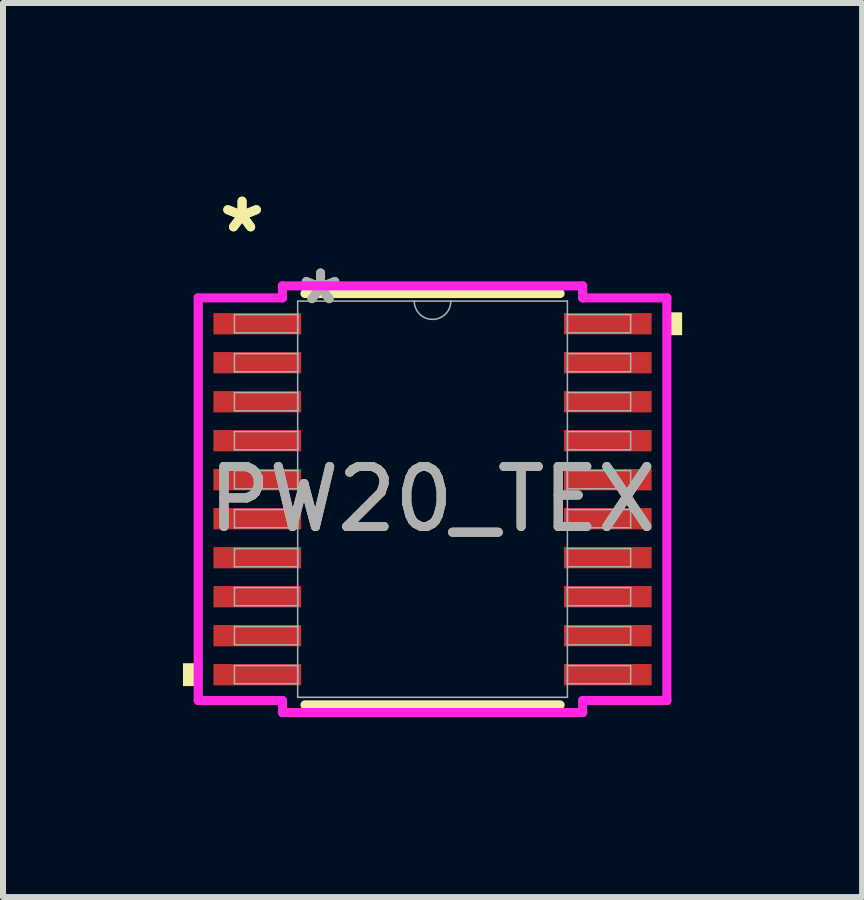
<source format=kicad_pcb>
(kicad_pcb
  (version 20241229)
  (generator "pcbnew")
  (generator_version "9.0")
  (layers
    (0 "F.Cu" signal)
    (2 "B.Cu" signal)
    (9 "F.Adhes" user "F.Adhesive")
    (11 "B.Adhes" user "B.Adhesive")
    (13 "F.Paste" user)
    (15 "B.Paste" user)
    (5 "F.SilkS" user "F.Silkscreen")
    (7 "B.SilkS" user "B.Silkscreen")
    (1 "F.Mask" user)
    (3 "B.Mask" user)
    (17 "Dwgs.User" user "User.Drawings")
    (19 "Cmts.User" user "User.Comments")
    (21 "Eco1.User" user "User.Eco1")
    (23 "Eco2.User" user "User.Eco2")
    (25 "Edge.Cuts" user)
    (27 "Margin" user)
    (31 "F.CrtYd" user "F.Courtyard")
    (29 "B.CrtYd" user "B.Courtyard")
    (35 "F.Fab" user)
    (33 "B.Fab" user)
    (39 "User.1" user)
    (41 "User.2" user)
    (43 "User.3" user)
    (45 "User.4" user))
  (footprint "PW20_TEX"
    (layer "F.Cu")
    (at 4.16 5.271)
    (property "Reference" "PW20_TEX" (at 0 0 0) (unlocked yes) (layer "F.SilkS") (effects (font (size 1 1) (thickness 0.15))))
    (attr smd)
    (fp_line (start -2.126 3.429) (end 2.126 3.429) (stroke (width 0.152) (type solid)) (layer "F.SilkS"))
    (fp_line (start 2.126 -3.429) (end -2.126 -3.429) (stroke (width 0.152) (type solid)) (layer "F.SilkS"))
    (fp_poly (pts (xy -4.16 2.734) (xy -4.16 3.115) (xy -3.906 3.115) (xy -3.906 2.734)) (stroke (width 0) (type solid)) (fill yes) (layer "F.SilkS"))
    (fp_poly (pts (xy 4.16 -3.115) (xy 4.16 -2.734) (xy 3.906 -2.734) (xy 3.906 -3.115)) (stroke (width 0) (type solid)) (fill yes) (layer "F.SilkS"))
    (fp_line (start -3.906 -3.356) (end -2.502 -3.356) (stroke (width 0.152) (type solid)) (layer "F.CrtYd"))
    (fp_line (start -3.906 3.356) (end -3.906 -3.356) (stroke (width 0.152) (type solid)) (layer "F.CrtYd"))
    (fp_line (start -3.906 3.356) (end -2.502 3.356) (stroke (width 0.152) (type solid)) (layer "F.CrtYd"))
    (fp_line (start -2.502 -3.556) (end 2.502 -3.556) (stroke (width 0.152) (type solid)) (layer "F.CrtYd"))
    (fp_line (start -2.502 -3.356) (end -2.502 -3.556) (stroke (width 0.152) (type solid)) (layer "F.CrtYd"))
    (fp_line (start -2.502 3.556) (end -2.502 3.356) (stroke (width 0.152) (type solid)) (layer "F.CrtYd"))
    (fp_line (start 2.502 -3.556) (end 2.502 -3.356) (stroke (width 0.152) (type solid)) (layer "F.CrtYd"))
    (fp_line (start 2.502 3.356) (end 2.502 3.556) (stroke (width 0.152) (type solid)) (layer "F.CrtYd"))
    (fp_line (start 2.502 3.556) (end -2.502 3.556) (stroke (width 0.152) (type solid)) (layer "F.CrtYd"))
    (fp_line (start 3.906 -3.356) (end 2.502 -3.356) (stroke (width 0.152) (type solid)) (layer "F.CrtYd"))
    (fp_line (start 3.906 -3.356) (end 3.906 3.356) (stroke (width 0.152) (type solid)) (layer "F.CrtYd"))
    (fp_line (start 3.906 3.356) (end 2.502 3.356) (stroke (width 0.152) (type solid)) (layer "F.CrtYd"))
    (fp_line (start -3.302 -3.077) (end -3.302 -2.773) (stroke (width 0.025) (type solid)) (layer "F.Fab"))
    (fp_line (start -3.302 -2.773) (end -2.248 -2.773) (stroke (width 0.025) (type solid)) (layer "F.Fab"))
    (fp_line (start -3.302 -2.427) (end -3.302 -2.123) (stroke (width 0.025) (type solid)) (layer "F.Fab"))
    (fp_line (start -3.302 -2.123) (end -2.248 -2.123) (stroke (width 0.025) (type solid)) (layer "F.Fab"))
    (fp_line (start -3.302 -1.777) (end -3.302 -1.473) (stroke (width 0.025) (type solid)) (layer "F.Fab"))
    (fp_line (start -3.302 -1.473) (end -2.248 -1.473) (stroke (width 0.025) (type solid)) (layer "F.Fab"))
    (fp_line (start -3.302 -1.127) (end -3.302 -0.823) (stroke (width 0.025) (type solid)) (layer "F.Fab"))
    (fp_line (start -3.302 -0.823) (end -2.248 -0.823) (stroke (width 0.025) (type solid)) (layer "F.Fab"))
    (fp_line (start -3.302 -0.477) (end -3.302 -0.173) (stroke (width 0.025) (type solid)) (layer "F.Fab"))
    (fp_line (start -3.302 -0.173) (end -2.248 -0.173) (stroke (width 0.025) (type solid)) (layer "F.Fab"))
    (fp_line (start -3.302 0.173) (end -3.302 0.477) (stroke (width 0.025) (type solid)) (layer "F.Fab"))
    (fp_line (start -3.302 0.477) (end -2.248 0.477) (stroke (width 0.025) (type solid)) (layer "F.Fab"))
    (fp_line (start -3.302 0.823) (end -3.302 1.127) (stroke (width 0.025) (type solid)) (layer "F.Fab"))
    (fp_line (start -3.302 1.127) (end -2.248 1.127) (stroke (width 0.025) (type solid)) (layer "F.Fab"))
    (fp_line (start -3.302 1.473) (end -3.302 1.777) (stroke (width 0.025) (type solid)) (layer "F.Fab"))
    (fp_line (start -3.302 1.777) (end -2.248 1.777) (stroke (width 0.025) (type solid)) (layer "F.Fab"))
    (fp_line (start -3.302 2.123) (end -3.302 2.427) (stroke (width 0.025) (type solid)) (layer "F.Fab"))
    (fp_line (start -3.302 2.427) (end -2.248 2.427) (stroke (width 0.025) (type solid)) (layer "F.Fab"))
    (fp_line (start -3.302 2.773) (end -3.302 3.077) (stroke (width 0.025) (type solid)) (layer "F.Fab"))
    (fp_line (start -3.302 3.077) (end -2.248 3.077) (stroke (width 0.025) (type solid)) (layer "F.Fab"))
    (fp_line (start -2.248 -3.302) (end -2.248 3.302) (stroke (width 0.025) (type solid)) (layer "F.Fab"))
    (fp_line (start -2.248 -3.077) (end -3.302 -3.077) (stroke (width 0.025) (type solid)) (layer "F.Fab"))
    (fp_line (start -2.248 -2.773) (end -2.248 -3.077) (stroke (width 0.025) (type solid)) (layer "F.Fab"))
    (fp_line (start -2.248 -2.427) (end -3.302 -2.427) (stroke (width 0.025) (type solid)) (layer "F.Fab"))
    (fp_line (start -2.248 -2.123) (end -2.248 -2.427) (stroke (width 0.025) (type solid)) (layer "F.Fab"))
    (fp_line (start -2.248 -1.777) (end -3.302 -1.777) (stroke (width 0.025) (type solid)) (layer "F.Fab"))
    (fp_line (start -2.248 -1.473) (end -2.248 -1.777) (stroke (width 0.025) (type solid)) (layer "F.Fab"))
    (fp_line (start -2.248 -1.127) (end -3.302 -1.127) (stroke (width 0.025) (type solid)) (layer "F.Fab"))
    (fp_line (start -2.248 -0.823) (end -2.248 -1.127) (stroke (width 0.025) (type solid)) (layer "F.Fab"))
    (fp_line (start -2.248 -0.477) (end -3.302 -0.477) (stroke (width 0.025) (type solid)) (layer "F.Fab"))
    (fp_line (start -2.248 -0.173) (end -2.248 -0.477) (stroke (width 0.025) (type solid)) (layer "F.Fab"))
    (fp_line (start -2.248 0.173) (end -3.302 0.173) (stroke (width 0.025) (type solid)) (layer "F.Fab"))
    (fp_line (start -2.248 0.477) (end -2.248 0.173) (stroke (width 0.025) (type solid)) (layer "F.Fab"))
    (fp_line (start -2.248 0.823) (end -3.302 0.823) (stroke (width 0.025) (type solid)) (layer "F.Fab"))
    (fp_line (start -2.248 1.127) (end -2.248 0.823) (stroke (width 0.025) (type solid)) (layer "F.Fab"))
    (fp_line (start -2.248 1.473) (end -3.302 1.473) (stroke (width 0.025) (type solid)) (layer "F.Fab"))
    (fp_line (start -2.248 1.777) (end -2.248 1.473) (stroke (width 0.025) (type solid)) (layer "F.Fab"))
    (fp_line (start -2.248 2.123) (end -3.302 2.123) (stroke (width 0.025) (type solid)) (layer "F.Fab"))
    (fp_line (start -2.248 2.427) (end -2.248 2.123) (stroke (width 0.025) (type solid)) (layer "F.Fab"))
    (fp_line (start -2.248 2.773) (end -3.302 2.773) (stroke (width 0.025) (type solid)) (layer "F.Fab"))
    (fp_line (start -2.248 3.077) (end -2.248 2.773) (stroke (width 0.025) (type solid)) (layer "F.Fab"))
    (fp_line (start -2.248 3.302) (end 2.248 3.302) (stroke (width 0.025) (type solid)) (layer "F.Fab"))
    (fp_line (start 2.248 -3.302) (end -2.248 -3.302) (stroke (width 0.025) (type solid)) (layer "F.Fab"))
    (fp_line (start 2.248 -3.077) (end 2.248 -2.773) (stroke (width 0.025) (type solid)) (layer "F.Fab"))
    (fp_line (start 2.248 -2.773) (end 3.302 -2.773) (stroke (width 0.025) (type solid)) (layer "F.Fab"))
    (fp_line (start 2.248 -2.427) (end 2.248 -2.123) (stroke (width 0.025) (type solid)) (layer "F.Fab"))
    (fp_line (start 2.248 -2.123) (end 3.302 -2.123) (stroke (width 0.025) (type solid)) (layer "F.Fab"))
    (fp_line (start 2.248 -1.777) (end 2.248 -1.473) (stroke (width 0.025) (type solid)) (layer "F.Fab"))
    (fp_line (start 2.248 -1.473) (end 3.302 -1.473) (stroke (width 0.025) (type solid)) (layer "F.Fab"))
    (fp_line (start 2.248 -1.127) (end 2.248 -0.823) (stroke (width 0.025) (type solid)) (layer "F.Fab"))
    (fp_line (start 2.248 -0.823) (end 3.302 -0.823) (stroke (width 0.025) (type solid)) (layer "F.Fab"))
    (fp_line (start 2.248 -0.477) (end 2.248 -0.173) (stroke (width 0.025) (type solid)) (layer "F.Fab"))
    (fp_line (start 2.248 -0.173) (end 3.302 -0.173) (stroke (width 0.025) (type solid)) (layer "F.Fab"))
    (fp_line (start 2.248 0.173) (end 2.248 0.477) (stroke (width 0.025) (type solid)) (layer "F.Fab"))
    (fp_line (start 2.248 0.477) (end 3.302 0.477) (stroke (width 0.025) (type solid)) (layer "F.Fab"))
    (fp_line (start 2.248 0.823) (end 2.248 1.127) (stroke (width 0.025) (type solid)) (layer "F.Fab"))
    (fp_line (start 2.248 1.127) (end 3.302 1.127) (stroke (width 0.025) (type solid)) (layer "F.Fab"))
    (fp_line (start 2.248 1.473) (end 2.248 1.777) (stroke (width 0.025) (type solid)) (layer "F.Fab"))
    (fp_line (start 2.248 1.777) (end 3.302 1.777) (stroke (width 0.025) (type solid)) (layer "F.Fab"))
    (fp_line (start 2.248 2.123) (end 2.248 2.427) (stroke (width 0.025) (type solid)) (layer "F.Fab"))
    (fp_line (start 2.248 2.427) (end 3.302 2.427) (stroke (width 0.025) (type solid)) (layer "F.Fab"))
    (fp_line (start 2.248 2.773) (end 2.248 3.077) (stroke (width 0.025) (type solid)) (layer "F.Fab"))
    (fp_line (start 2.248 3.077) (end 3.302 3.077) (stroke (width 0.025) (type solid)) (layer "F.Fab"))
    (fp_line (start 2.248 3.302) (end 2.248 -3.302) (stroke (width 0.025) (type solid)) (layer "F.Fab"))
    (fp_line (start 3.302 -3.077) (end 2.248 -3.077) (stroke (width 0.025) (type solid)) (layer "F.Fab"))
    (fp_line (start 3.302 -2.773) (end 3.302 -3.077) (stroke (width 0.025) (type solid)) (layer "F.Fab"))
    (fp_line (start 3.302 -2.427) (end 2.248 -2.427) (stroke (width 0.025) (type solid)) (layer "F.Fab"))
    (fp_line (start 3.302 -2.123) (end 3.302 -2.427) (stroke (width 0.025) (type solid)) (layer "F.Fab"))
    (fp_line (start 3.302 -1.777) (end 2.248 -1.777) (stroke (width 0.025) (type solid)) (layer "F.Fab"))
    (fp_line (start 3.302 -1.473) (end 3.302 -1.777) (stroke (width 0.025) (type solid)) (layer "F.Fab"))
    (fp_line (start 3.302 -1.127) (end 2.248 -1.127) (stroke (width 0.025) (type solid)) (layer "F.Fab"))
    (fp_line (start 3.302 -0.823) (end 3.302 -1.127) (stroke (width 0.025) (type solid)) (layer "F.Fab"))
    (fp_line (start 3.302 -0.477) (end 2.248 -0.477) (stroke (width 0.025) (type solid)) (layer "F.Fab"))
    (fp_line (start 3.302 -0.173) (end 3.302 -0.477) (stroke (width 0.025) (type solid)) (layer "F.Fab"))
    (fp_line (start 3.302 0.173) (end 2.248 0.173) (stroke (width 0.025) (type solid)) (layer "F.Fab"))
    (fp_line (start 3.302 0.477) (end 3.302 0.173) (stroke (width 0.025) (type solid)) (layer "F.Fab"))
    (fp_line (start 3.302 0.823) (end 2.248 0.823) (stroke (width 0.025) (type solid)) (layer "F.Fab"))
    (fp_line (start 3.302 1.127) (end 3.302 0.823) (stroke (width 0.025) (type solid)) (layer "F.Fab"))
    (fp_line (start 3.302 1.473) (end 2.248 1.473) (stroke (width 0.025) (type solid)) (layer "F.Fab"))
    (fp_line (start 3.302 1.777) (end 3.302 1.473) (stroke (width 0.025) (type solid)) (layer "F.Fab"))
    (fp_line (start 3.302 2.123) (end 2.248 2.123) (stroke (width 0.025) (type solid)) (layer "F.Fab"))
    (fp_line (start 3.302 2.427) (end 3.302 2.123) (stroke (width 0.025) (type solid)) (layer "F.Fab"))
    (fp_line (start 3.302 2.773) (end 2.248 2.773) (stroke (width 0.025) (type solid)) (layer "F.Fab"))
    (fp_line (start 3.302 3.077) (end 3.302 2.773) (stroke (width 0.025) (type solid)) (layer "F.Fab"))
    (fp_arc (start 0.3048 -3.302) (mid 0 -2.9972) (end -0.3048 -3.302) (stroke (width 0.0254) (type solid)) (layer "F.Fab"))
    (fp_text user "*" (at -3.175 -4.423 0) (layer "F.SilkS") (effects (font (size 1 1) (thickness 0.15))))
    (fp_text user "*" (at -3.175 -4.423 0) (unlocked yes) (layer "F.SilkS") (effects (font (size 1 1) (thickness 0.15))))
    (fp_text user "*" (at -1.867 -3.226 0) (layer "F.Fab") (effects (font (size 1 1) (thickness 0.15))))
    (fp_text user "${REFERENCE}" (at 0 0 0) (unlocked yes) (layer "F.Fab") (effects (font (size 1 1) (thickness 0.15))))
    (fp_text user "*" (at -1.867 -3.226 0) (unlocked yes) (layer "F.Fab") (effects (font (size 1 1) (thickness 0.15))))
    (pad "1" smd rect (at -2.921 -2.925) (size 1.462 0.355) (layers "F.Cu" "F.Mask" "F.Paste"))
    (pad "2" smd rect (at -2.921 -2.275) (size 1.462 0.355) (layers "F.Cu" "F.Mask" "F.Paste"))
    (pad "3" smd rect (at -2.921 -1.625) (size 1.462 0.355) (layers "F.Cu" "F.Mask" "F.Paste"))
    (pad "4" smd rect (at -2.921 -0.975) (size 1.462 0.355) (layers "F.Cu" "F.Mask" "F.Paste"))
    (pad "5" smd rect (at -2.921 -0.325) (size 1.462 0.355) (layers "F.Cu" "F.Mask" "F.Paste"))
    (pad "6" smd rect (at -2.921 0.325) (size 1.462 0.355) (layers "F.Cu" "F.Mask" "F.Paste"))
    (pad "7" smd rect (at -2.921 0.975) (size 1.462 0.355) (layers "F.Cu" "F.Mask" "F.Paste"))
    (pad "8" smd rect (at -2.921 1.625) (size 1.462 0.355) (layers "F.Cu" "F.Mask" "F.Paste"))
    (pad "9" smd rect (at -2.921 2.275) (size 1.462 0.355) (layers "F.Cu" "F.Mask" "F.Paste"))
    (pad "10" smd rect (at -2.921 2.925) (size 1.462 0.355) (layers "F.Cu" "F.Mask" "F.Paste"))
    (pad "11" smd rect (at 2.921 2.925) (size 1.462 0.355) (layers "F.Cu" "F.Mask" "F.Paste"))
    (pad "12" smd rect (at 2.921 2.275) (size 1.462 0.355) (layers "F.Cu" "F.Mask" "F.Paste"))
    (pad "13" smd rect (at 2.921 1.625) (size 1.462 0.355) (layers "F.Cu" "F.Mask" "F.Paste"))
    (pad "14" smd rect (at 2.921 0.975) (size 1.462 0.355) (layers "F.Cu" "F.Mask" "F.Paste"))
    (pad "15" smd rect (at 2.921 0.325) (size 1.462 0.355) (layers "F.Cu" "F.Mask" "F.Paste"))
    (pad "16" smd rect (at 2.921 -0.325) (size 1.462 0.355) (layers "F.Cu" "F.Mask" "F.Paste"))
    (pad "17" smd rect (at 2.921 -0.975) (size 1.462 0.355) (layers "F.Cu" "F.Mask" "F.Paste"))
    (pad "18" smd rect (at 2.921 -1.625) (size 1.462 0.355) (layers "F.Cu" "F.Mask" "F.Paste"))
    (pad "19" smd rect (at 2.921 -2.275) (size 1.462 0.355) (layers "F.Cu" "F.Mask" "F.Paste"))
    (pad "20" smd rect (at 2.921 -2.925) (size 1.462 0.355) (layers "F.Cu" "F.Mask" "F.Paste")))
  (gr_rect
    (start -3 -3)
    (end 11.32 11.903)
    (stroke (width 0.1) (type default))
    (fill no)
    (layer "Edge.Cuts")))
</source>
